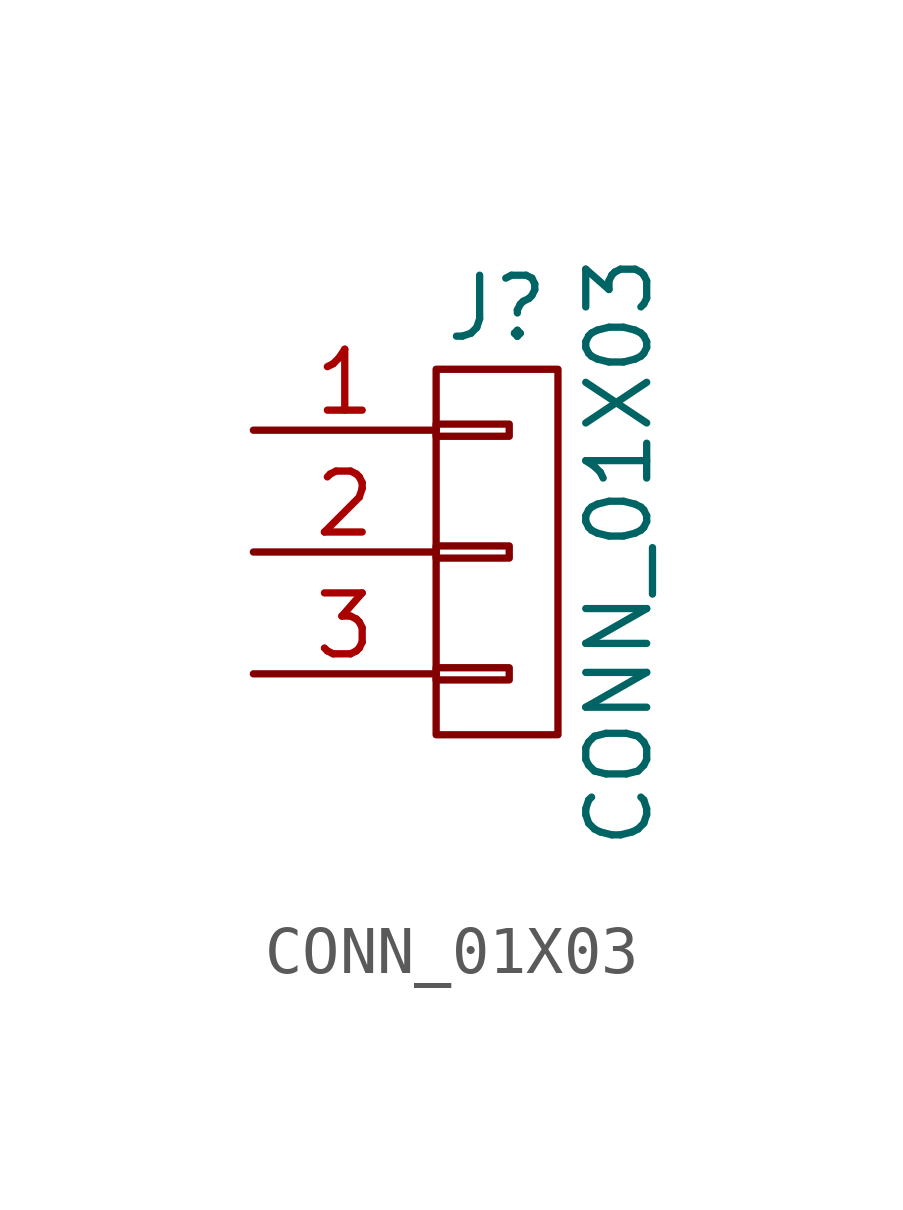
<source format=kicad_sym>
(kicad_symbol_lib
  (version 20211014)
  (generator kicad_symbol_editor)
  (symbol "CONN_01X03"
    (pin_names
      (offset 1.016) hide)
    (property "Reference" "J"
      (at 0 5.08 0)
      (effects (font (size 1.27 1.27))))
    (property "Value" "CONN_01X03"
      (at 2.54 0 90)
      (effects (font (size 1.27 1.27))))
    (symbol "CONN_01X03_0_1"
      (rectangle (start -1.27 -2.413) (end 0.254 -2.667) (stroke (width 0) (type default) (color 0 0 0 0)) (fill (type none)))
      (rectangle (start -1.27 0.127) (end 0.254 -0.127) (stroke (width 0) (type default) (color 0 0 0 0)) (fill (type none)))
      (rectangle (start -1.27 2.667) (end 0.254 2.413) (stroke (width 0) (type default) (color 0 0 0 0)) (fill (type none)))
      (rectangle (start -1.27 3.81) (end 1.27 -3.81) (stroke (width 0) (type default) (color 0 0 0 0)) (fill (type none))))
    (symbol "CONN_01X03_1_1"
      (pin passive line (at -5.08 2.54 0) (length 3.81) (name "P1" (effects (font (size 1.27 1.27)))) (number "1" (effects (font (size 1.27 1.27)))))
      (pin passive line (at -5.08 0 0) (length 3.81) (name "P2" (effects (font (size 1.27 1.27)))) (number "2" (effects (font (size 1.27 1.27)))))
      (pin passive line (at -5.08 -2.54 0) (length 3.81) (name "P3" (effects (font (size 1.27 1.27)))) (number "3" (effects (font (size 1.27 1.27))))))))
</source>
